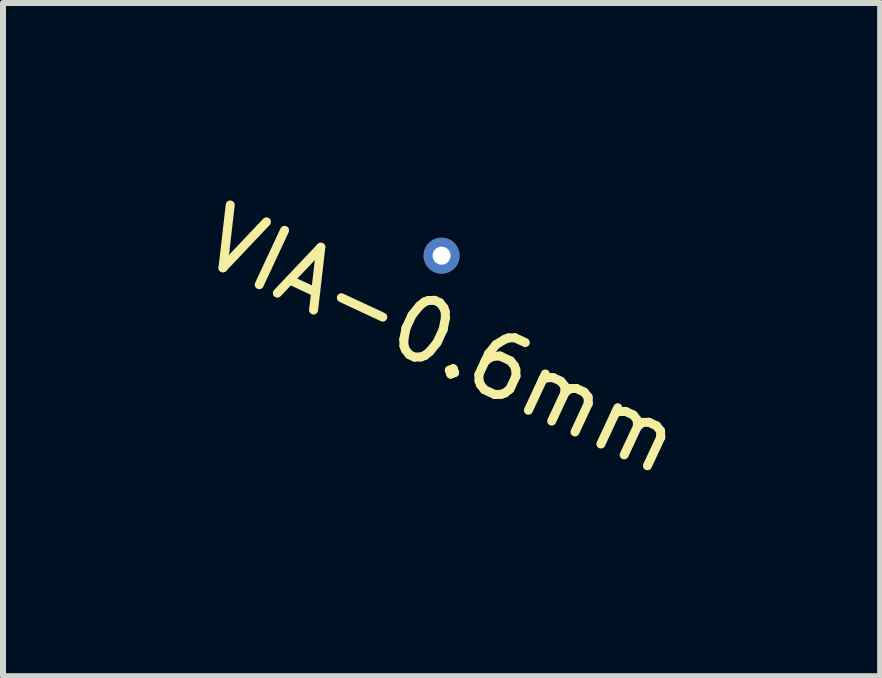
<source format=kicad_pcb>
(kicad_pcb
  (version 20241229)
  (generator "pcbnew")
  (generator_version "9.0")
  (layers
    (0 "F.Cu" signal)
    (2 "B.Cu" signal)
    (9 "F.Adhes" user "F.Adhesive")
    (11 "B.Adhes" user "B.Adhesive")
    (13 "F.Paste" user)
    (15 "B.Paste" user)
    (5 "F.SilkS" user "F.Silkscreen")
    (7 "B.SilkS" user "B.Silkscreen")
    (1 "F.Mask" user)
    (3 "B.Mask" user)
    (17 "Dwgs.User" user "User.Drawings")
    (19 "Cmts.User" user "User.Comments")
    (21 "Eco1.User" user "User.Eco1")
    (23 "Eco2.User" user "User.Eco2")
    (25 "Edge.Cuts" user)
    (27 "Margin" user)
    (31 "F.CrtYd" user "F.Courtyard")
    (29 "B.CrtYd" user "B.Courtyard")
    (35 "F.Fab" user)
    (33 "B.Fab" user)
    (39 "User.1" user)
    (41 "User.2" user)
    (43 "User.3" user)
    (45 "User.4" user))
  (footprint "VIA-0.6mm"
    (layer "F.Cu")
    (at 4.313 1.213)
    (property "Reference" "VIA-0.6mm" (at 0.000001 1.4 155) (layer "F.SilkS") (effects (font (size 1 1) (thickness 0.15))))
    (pad "1" thru_hole circle (at 0 0 335) (size 0.6 0.6) (drill 0.3) (layers "*.Cu")))
  (gr_rect
    (start -3 -3)
    (end 11.626 8.225)
    (stroke (width 0.1) (type default))
    (fill no)
    (layer "Edge.Cuts")))
</source>
